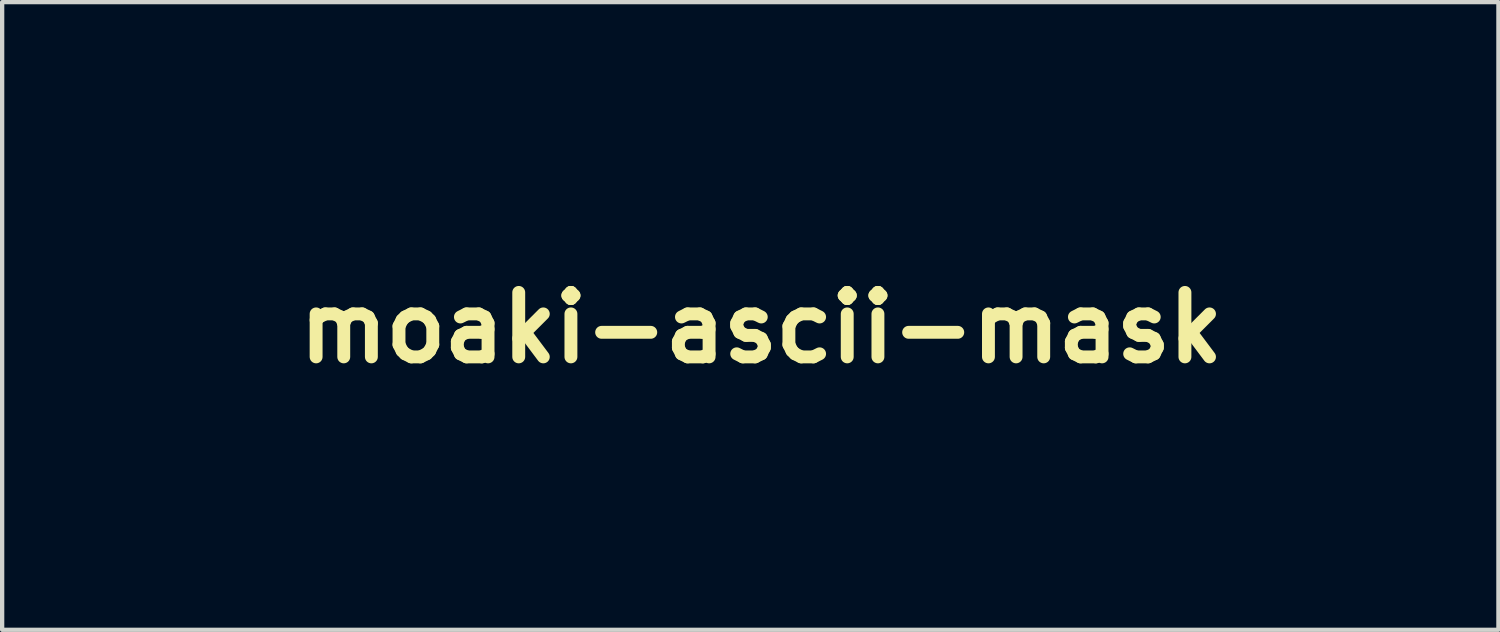
<source format=kicad_pcb>
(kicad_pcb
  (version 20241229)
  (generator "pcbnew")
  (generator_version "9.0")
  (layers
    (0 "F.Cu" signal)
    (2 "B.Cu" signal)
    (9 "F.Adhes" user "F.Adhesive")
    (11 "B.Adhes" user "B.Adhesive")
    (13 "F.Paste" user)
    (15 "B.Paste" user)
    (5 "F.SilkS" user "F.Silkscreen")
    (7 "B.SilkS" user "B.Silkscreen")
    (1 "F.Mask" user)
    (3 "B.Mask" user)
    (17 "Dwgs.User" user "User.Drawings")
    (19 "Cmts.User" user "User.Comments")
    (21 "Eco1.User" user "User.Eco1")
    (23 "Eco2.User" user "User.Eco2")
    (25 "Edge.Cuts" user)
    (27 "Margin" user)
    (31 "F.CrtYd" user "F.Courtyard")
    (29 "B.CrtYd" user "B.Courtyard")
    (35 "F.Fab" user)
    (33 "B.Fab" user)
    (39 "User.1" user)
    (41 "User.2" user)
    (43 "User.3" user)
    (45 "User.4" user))
  (footprint "moaki-ascii-mask"
    (layer "F.Cu")
    (at 14.662 4.575)
    (property "Reference" "moaki-ascii-mask" (at 0 0 0) (layer "F.SilkS") (effects (font (size 1.5 1.5) (thickness 0.3))))
    (attr board_only exclude_from_pos_files exclude_from_bom)
    (fp_poly (pts (xy -13.099 -2.049) (xy -13.099 -1.56) (xy -13.88 -1.56) (xy -14.662 -1.56) (xy -14.651 -2.041) (xy -14.641 -2.522) (xy -13.87 -2.53) (xy -13.099 -2.538)) (stroke (width 0) (type solid)) (fill yes) (layer "F.Mask"))
    (fp_poly (pts (xy -13.099 -1.033) (xy -13.099 -0.544) (xy -13.88 -0.544) (xy -14.662 -0.544) (xy -14.651 -1.025) (xy -14.641 -1.506) (xy -13.87 -1.514) (xy -13.099 -1.522)) (stroke (width 0) (type solid)) (fill yes) (layer "F.Mask"))
    (fp_poly (pts (xy -13.099 -0.017) (xy -13.099 0.472) (xy -13.88 0.472) (xy -14.662 0.472) (xy -14.651 -0.009) (xy -14.641 -0.49) (xy -13.87 -0.498) (xy -13.099 -0.506)) (stroke (width 0) (type solid)) (fill yes) (layer "F.Mask"))
    (fp_poly (pts (xy -13.099 0.999) (xy -13.099 1.488) (xy -13.88 1.488) (xy -14.662 1.488) (xy -14.651 1.007) (xy -14.641 0.526) (xy -13.87 0.518) (xy -13.099 0.51)) (stroke (width 0) (type solid)) (fill yes) (layer "F.Mask"))
    (fp_poly (pts (xy -13.099 2.015) (xy -13.099 2.504) (xy -13.88 2.504) (xy -14.662 2.504) (xy -14.651 2.023) (xy -14.641 1.542) (xy -13.87 1.534) (xy -13.099 1.526)) (stroke (width 0) (type solid)) (fill yes) (layer "F.Mask"))
    (fp_poly (pts (xy -11.031 -2.05) (xy -11.031 -1.56) (xy -11.285 -1.56) (xy -11.539 -1.56) (xy -11.539 -2.05) (xy -11.539 -2.54) (xy -11.285 -2.54) (xy -11.031 -2.54)) (stroke (width 0) (type solid)) (fill yes) (layer "F.Mask"))
    (fp_poly (pts (xy -11.031 -1.034) (xy -11.031 -0.544) (xy -11.285 -0.544) (xy -11.539 -0.544) (xy -11.539 -1.034) (xy -11.539 -1.524) (xy -11.285 -1.524) (xy -11.031 -1.524)) (stroke (width 0) (type solid)) (fill yes) (layer "F.Mask"))
    (fp_poly (pts (xy -11.031 -0.018) (xy -11.031 0.472) (xy -11.285 0.472) (xy -11.539 0.472) (xy -11.539 -0.018) (xy -11.539 -0.508) (xy -11.285 -0.508) (xy -11.031 -0.508)) (stroke (width 0) (type solid)) (fill yes) (layer "F.Mask"))
    (fp_poly (pts (xy -11.031 0.998) (xy -11.031 1.488) (xy -11.285 1.488) (xy -11.539 1.488) (xy -11.539 0.998) (xy -11.539 0.508) (xy -11.285 0.508) (xy -11.031 0.508)) (stroke (width 0) (type solid)) (fill yes) (layer "F.Mask"))
    (fp_poly (pts (xy -11.031 2.014) (xy -11.031 2.504) (xy -11.285 2.504) (xy -11.539 2.504) (xy -11.539 2.014) (xy -11.539 1.524) (xy -11.285 1.524) (xy -11.031 1.524)) (stroke (width 0) (type solid)) (fill yes) (layer "F.Mask"))
    (fp_poly (pts (xy -11.031 3.066) (xy -11.031 3.556) (xy -11.285 3.556) (xy -11.539 3.556) (xy -11.539 3.066) (xy -11.539 2.576) (xy -11.285 2.576) (xy -11.031 2.576)) (stroke (width 0) (type solid)) (fill yes) (layer "F.Mask"))
    (fp_poly (pts (xy -9.979 -2.05) (xy -9.979 -1.56) (xy -10.487 -1.56) (xy -10.995 -1.56) (xy -10.995 -2.05) (xy -10.995 -2.54) (xy -10.487 -2.54) (xy -9.979 -2.54)) (stroke (width 0) (type solid)) (fill yes) (layer "F.Mask"))
    (fp_poly (pts (xy -9.979 -1.034) (xy -9.979 -0.544) (xy -10.487 -0.544) (xy -10.995 -0.544) (xy -10.995 -1.034) (xy -10.995 -1.524) (xy -10.487 -1.524) (xy -9.979 -1.524)) (stroke (width 0) (type solid)) (fill yes) (layer "F.Mask"))
    (fp_poly (pts (xy -9.979 -0.018) (xy -9.979 0.472) (xy -10.487 0.472) (xy -10.995 0.472) (xy -10.995 -0.018) (xy -10.995 -0.508) (xy -10.487 -0.508) (xy -9.979 -0.508)) (stroke (width 0) (type solid)) (fill yes) (layer "F.Mask"))
    (fp_poly (pts (xy -9.979 0.998) (xy -9.979 1.488) (xy -10.487 1.488) (xy -10.995 1.488) (xy -10.995 0.998) (xy -10.995 0.508) (xy -10.487 0.508) (xy -9.979 0.508)) (stroke (width 0) (type solid)) (fill yes) (layer "F.Mask"))
    (fp_poly (pts (xy -9.979 2.014) (xy -9.979 2.504) (xy -10.487 2.504) (xy -10.995 2.504) (xy -10.995 2.014) (xy -10.995 1.524) (xy -10.487 1.524) (xy -9.979 1.524)) (stroke (width 0) (type solid)) (fill yes) (layer "F.Mask"))
    (fp_poly (pts (xy -9.979 3.066) (xy -9.979 3.556) (xy -10.487 3.556) (xy -10.995 3.556) (xy -10.995 3.066) (xy -10.995 2.576) (xy -10.487 2.576) (xy -9.979 2.576)) (stroke (width 0) (type solid)) (fill yes) (layer "F.Mask"))
    (fp_poly (pts (xy -7.647 -2.532) (xy -6.876 -2.522) (xy -6.866 -2.041) (xy -6.856 -1.56) (xy -7.637 -1.56) (xy -8.418 -1.56) (xy -8.418 -2.051) (xy -8.418 -2.541)) (stroke (width 0) (type solid)) (fill yes) (layer "F.Mask"))
    (fp_poly (pts (xy -7.647 -1.516) (xy -6.876 -1.506) (xy -6.866 -1.025) (xy -6.856 -0.544) (xy -7.637 -0.544) (xy -8.418 -0.544) (xy -8.418 -1.035) (xy -8.418 -1.525)) (stroke (width 0) (type solid)) (fill yes) (layer "F.Mask"))
    (fp_poly (pts (xy -7.647 -0.5) (xy -6.876 -0.49) (xy -6.866 -0.009) (xy -6.856 0.472) (xy -7.637 0.472) (xy -8.418 0.472) (xy -8.418 -0.019) (xy -8.418 -0.509)) (stroke (width 0) (type solid)) (fill yes) (layer "F.Mask"))
    (fp_poly (pts (xy -7.647 0.516) (xy -6.876 0.526) (xy -6.866 1.007) (xy -6.856 1.488) (xy -7.637 1.488) (xy -8.418 1.488) (xy -8.418 0.997) (xy -8.418 0.507)) (stroke (width 0) (type solid)) (fill yes) (layer "F.Mask"))
    (fp_poly (pts (xy -7.647 1.532) (xy -6.876 1.542) (xy -6.866 2.023) (xy -6.856 2.504) (xy -7.637 2.504) (xy -8.418 2.504) (xy -8.418 2.013) (xy -8.418 1.523)) (stroke (width 0) (type solid)) (fill yes) (layer "F.Mask"))
    (fp_poly (pts (xy -5.842 -3.066) (xy -5.842 -2.576) (xy -6.096 -2.576) (xy -6.35 -2.576) (xy -6.35 -3.066) (xy -6.35 -3.556) (xy -6.096 -3.556) (xy -5.842 -3.556)) (stroke (width 0) (type solid)) (fill yes) (layer "F.Mask"))
    (fp_poly (pts (xy -5.842 -2.05) (xy -5.842 -1.56) (xy -6.096 -1.56) (xy -6.35 -1.56) (xy -6.35 -2.05) (xy -6.35 -2.54) (xy -6.096 -2.54) (xy -5.842 -2.54)) (stroke (width 0) (type solid)) (fill yes) (layer "F.Mask"))
    (fp_poly (pts (xy -5.842 -1.034) (xy -5.842 -0.544) (xy -6.096 -0.544) (xy -6.35 -0.544) (xy -6.35 -1.034) (xy -6.35 -1.524) (xy -6.096 -1.524) (xy -5.842 -1.524)) (stroke (width 0) (type solid)) (fill yes) (layer "F.Mask"))
    (fp_poly (pts (xy -5.842 -0.018) (xy -5.842 0.472) (xy -6.096 0.472) (xy -6.35 0.472) (xy -6.35 -0.018) (xy -6.35 -0.508) (xy -6.096 -0.508) (xy -5.842 -0.508)) (stroke (width 0) (type solid)) (fill yes) (layer "F.Mask"))
    (fp_poly (pts (xy -5.842 0.998) (xy -5.842 1.488) (xy -6.096 1.488) (xy -6.35 1.488) (xy -6.35 0.998) (xy -6.35 0.508) (xy -6.096 0.508) (xy -5.842 0.508)) (stroke (width 0) (type solid)) (fill yes) (layer "F.Mask"))
    (fp_poly (pts (xy -5.842 2.014) (xy -5.842 2.504) (xy -6.096 2.504) (xy -6.35 2.504) (xy -6.35 2.014) (xy -6.35 1.524) (xy -6.096 1.524) (xy -5.842 1.524)) (stroke (width 0) (type solid)) (fill yes) (layer "F.Mask"))
    (fp_poly (pts (xy -4.79 -3.066) (xy -4.79 -2.576) (xy -5.298 -2.576) (xy -5.806 -2.576) (xy -5.806 -3.066) (xy -5.806 -3.556) (xy -5.298 -3.556) (xy -4.79 -3.556)) (stroke (width 0) (type solid)) (fill yes) (layer "F.Mask"))
    (fp_poly (pts (xy -4.79 -2.05) (xy -4.79 -1.56) (xy -5.298 -1.56) (xy -5.806 -1.56) (xy -5.806 -2.05) (xy -5.806 -2.54) (xy -5.298 -2.54) (xy -4.79 -2.54)) (stroke (width 0) (type solid)) (fill yes) (layer "F.Mask"))
    (fp_poly (pts (xy -4.79 -1.034) (xy -4.79 -0.544) (xy -5.298 -0.544) (xy -5.806 -0.544) (xy -5.806 -1.034) (xy -5.806 -1.524) (xy -5.298 -1.524) (xy -4.79 -1.524)) (stroke (width 0) (type solid)) (fill yes) (layer "F.Mask"))
    (fp_poly (pts (xy -4.79 -0.018) (xy -4.79 0.472) (xy -5.298 0.472) (xy -5.806 0.472) (xy -5.806 -0.018) (xy -5.806 -0.508) (xy -5.298 -0.508) (xy -4.79 -0.508)) (stroke (width 0) (type solid)) (fill yes) (layer "F.Mask"))
    (fp_poly (pts (xy -4.79 0.998) (xy -4.79 1.488) (xy -5.298 1.488) (xy -5.806 1.488) (xy -5.806 0.998) (xy -5.806 0.508) (xy -5.298 0.508) (xy -4.79 0.508)) (stroke (width 0) (type solid)) (fill yes) (layer "F.Mask"))
    (fp_poly (pts (xy -4.79 2.014) (xy -4.79 2.504) (xy -5.298 2.504) (xy -5.806 2.504) (xy -5.806 2.014) (xy -5.806 1.524) (xy -5.298 1.524) (xy -4.79 1.524)) (stroke (width 0) (type solid)) (fill yes) (layer "F.Mask"))
    (fp_poly (pts (xy -1.161 -3.067) (xy -1.161 -2.576) (xy -1.942 -2.576) (xy -2.724 -2.576) (xy -2.713 -3.057) (xy -2.703 -3.538) (xy -1.932 -3.548) (xy -1.161 -3.557)) (stroke (width 0) (type solid)) (fill yes) (layer "F.Mask"))
    (fp_poly (pts (xy -1.161 -2.051) (xy -1.161 -1.56) (xy -1.942 -1.56) (xy -2.724 -1.56) (xy -2.713 -2.041) (xy -2.703 -2.522) (xy -1.932 -2.532) (xy -1.161 -2.541)) (stroke (width 0) (type solid)) (fill yes) (layer "F.Mask"))
    (fp_poly (pts (xy -1.161 -1.035) (xy -1.161 -0.544) (xy -1.942 -0.544) (xy -2.724 -0.544) (xy -2.713 -1.025) (xy -2.703 -1.506) (xy -1.932 -1.516) (xy -1.161 -1.525)) (stroke (width 0) (type solid)) (fill yes) (layer "F.Mask"))
    (fp_poly (pts (xy -1.161 -0.019) (xy -1.161 0.472) (xy -1.942 0.472) (xy -2.724 0.472) (xy -2.713 -0.009) (xy -2.703 -0.49) (xy -1.932 -0.5) (xy -1.161 -0.509)) (stroke (width 0) (type solid)) (fill yes) (layer "F.Mask"))
    (fp_poly (pts (xy -1.161 0.997) (xy -1.161 1.488) (xy -1.942 1.488) (xy -2.724 1.488) (xy -2.713 1.007) (xy -2.703 0.526) (xy -1.932 0.516) (xy -1.161 0.507)) (stroke (width 0) (type solid)) (fill yes) (layer "F.Mask"))
    (fp_poly (pts (xy -1.161 2.013) (xy -1.161 2.504) (xy -1.942 2.504) (xy -2.724 2.504) (xy -2.713 2.023) (xy -2.703 1.542) (xy -1.932 1.532) (xy -1.161 1.523)) (stroke (width 0) (type solid)) (fill yes) (layer "F.Mask"))
    (fp_poly (pts (xy 1.17 -3.548) (xy 1.941 -3.538) (xy 1.951 -3.057) (xy 1.962 -2.576) (xy 1.18 -2.576) (xy 0.399 -2.576) (xy 0.399 -3.067) (xy 0.399 -3.557)) (stroke (width 0) (type solid)) (fill yes) (layer "F.Mask"))
    (fp_poly (pts (xy 1.17 -2.532) (xy 1.941 -2.522) (xy 1.951 -2.041) (xy 1.962 -1.56) (xy 1.18 -1.56) (xy 0.399 -1.56) (xy 0.399 -2.051) (xy 0.399 -2.541)) (stroke (width 0) (type solid)) (fill yes) (layer "F.Mask"))
    (fp_poly (pts (xy 1.17 -1.516) (xy 1.941 -1.506) (xy 1.951 -1.025) (xy 1.962 -0.544) (xy 1.18 -0.544) (xy 0.399 -0.544) (xy 0.399 -1.035) (xy 0.399 -1.525)) (stroke (width 0) (type solid)) (fill yes) (layer "F.Mask"))
    (fp_poly (pts (xy 1.17 0.516) (xy 1.941 0.526) (xy 1.951 1.007) (xy 1.962 1.488) (xy 1.18 1.488) (xy 0.399 1.488) (xy 0.399 0.997) (xy 0.399 0.507)) (stroke (width 0) (type solid)) (fill yes) (layer "F.Mask"))
    (fp_poly (pts (xy 1.17 1.532) (xy 1.941 1.542) (xy 1.951 2.023) (xy 1.962 2.504) (xy 1.18 2.504) (xy 0.399 2.504) (xy 0.399 2.013) (xy 0.399 1.523)) (stroke (width 0) (type solid)) (fill yes) (layer "F.Mask"))
    (fp_poly (pts (xy 1.17 2.585) (xy 1.941 2.594) (xy 1.951 3.075) (xy 1.962 3.556) (xy 1.18 3.556) (xy 0.399 3.556) (xy 0.399 3.065) (xy 0.399 2.575)) (stroke (width 0) (type solid)) (fill yes) (layer "F.Mask"))
    (fp_poly (pts (xy 4.536 -3.066) (xy 4.536 -2.576) (xy 4.282 -2.576) (xy 4.028 -2.576) (xy 4.028 -3.066) (xy 4.028 -3.556) (xy 4.282 -3.556) (xy 4.536 -3.556)) (stroke (width 0) (type solid)) (fill yes) (layer "F.Mask"))
    (fp_poly (pts (xy 4.536 -2.05) (xy 4.536 -1.56) (xy 4.282 -1.56) (xy 4.028 -1.56) (xy 4.028 -2.05) (xy 4.028 -2.54) (xy 4.282 -2.54) (xy 4.536 -2.54)) (stroke (width 0) (type solid)) (fill yes) (layer "F.Mask"))
    (fp_poly (pts (xy 4.536 -1.034) (xy 4.536 -0.544) (xy 4.282 -0.544) (xy 4.028 -0.544) (xy 4.028 -1.034) (xy 4.028 -1.524) (xy 4.282 -1.524) (xy 4.536 -1.524)) (stroke (width 0) (type solid)) (fill yes) (layer "F.Mask"))
    (fp_poly (pts (xy 4.536 0.998) (xy 4.536 1.488) (xy 4.282 1.488) (xy 4.028 1.488) (xy 4.028 0.998) (xy 4.028 0.508) (xy 4.282 0.508) (xy 4.536 0.508)) (stroke (width 0) (type solid)) (fill yes) (layer "F.Mask"))
    (fp_poly (pts (xy 4.536 2.014) (xy 4.536 2.504) (xy 4.282 2.504) (xy 4.028 2.504) (xy 4.028 2.014) (xy 4.028 1.524) (xy 4.282 1.524) (xy 4.536 1.524)) (stroke (width 0) (type solid)) (fill yes) (layer "F.Mask"))
    (fp_poly (pts (xy 4.536 3.066) (xy 4.536 3.556) (xy 4.282 3.556) (xy 4.028 3.556) (xy 4.028 3.066) (xy 4.028 2.576) (xy 4.282 2.576) (xy 4.536 2.576)) (stroke (width 0) (type solid)) (fill yes) (layer "F.Mask"))
    (fp_poly (pts (xy 5.08 2.794) (xy 5.08 3.012) (xy 4.826 3.012) (xy 4.572 3.012) (xy 4.572 2.794) (xy 4.572 2.576) (xy 4.826 2.576) (xy 5.08 2.576)) (stroke (width 0) (type solid)) (fill yes) (layer "F.Mask"))
    (fp_poly (pts (xy 5.588 -4.082) (xy 5.588 -3.592) (xy 5.08 -3.592) (xy 4.572 -3.592) (xy 4.572 -4.082) (xy 4.572 -4.572) (xy 5.08 -4.572) (xy 5.588 -4.572)) (stroke (width 0) (type solid)) (fill yes) (layer "F.Mask"))
    (fp_poly (pts (xy 5.588 -3.066) (xy 5.588 -2.576) (xy 5.08 -2.576) (xy 4.572 -2.576) (xy 4.572 -3.066) (xy 4.572 -3.556) (xy 5.08 -3.556) (xy 5.588 -3.556)) (stroke (width 0) (type solid)) (fill yes) (layer "F.Mask"))
    (fp_poly (pts (xy 5.588 -2.05) (xy 5.588 -1.56) (xy 5.08 -1.56) (xy 4.572 -1.56) (xy 4.572 -2.05) (xy 4.572 -2.54) (xy 5.08 -2.54) (xy 5.588 -2.54)) (stroke (width 0) (type solid)) (fill yes) (layer "F.Mask"))
    (fp_poly (pts (xy 5.588 -1.034) (xy 5.588 -0.544) (xy 5.08 -0.544) (xy 4.572 -0.544) (xy 4.572 -1.034) (xy 4.572 -1.524) (xy 5.08 -1.524) (xy 5.588 -1.524)) (stroke (width 0) (type solid)) (fill yes) (layer "F.Mask"))
    (fp_poly (pts (xy 5.588 -0.018) (xy 5.588 0.472) (xy 5.08 0.472) (xy 4.572 0.472) (xy 4.572 -0.018) (xy 4.572 -0.508) (xy 5.08 -0.508) (xy 5.588 -0.508)) (stroke (width 0) (type solid)) (fill yes) (layer "F.Mask"))
    (fp_poly (pts (xy 5.588 0.998) (xy 5.588 1.488) (xy 5.08 1.488) (xy 4.572 1.488) (xy 4.572 0.998) (xy 4.572 0.508) (xy 5.08 0.508) (xy 5.588 0.508)) (stroke (width 0) (type solid)) (fill yes) (layer "F.Mask"))
    (fp_poly (pts (xy 5.588 2.014) (xy 5.588 2.504) (xy 5.08 2.504) (xy 4.572 2.504) (xy 4.572 2.014) (xy 4.572 1.524) (xy 5.08 1.524) (xy 5.588 1.524)) (stroke (width 0) (type solid)) (fill yes) (layer "F.Mask"))
    (fp_poly (pts (xy 7.656 3.81) (xy 7.656 4.028) (xy 7.402 4.028) (xy 7.148 4.028) (xy 7.148 3.81) (xy 7.148 3.592) (xy 7.402 3.592) (xy 7.656 3.592)) (stroke (width 0) (type solid)) (fill yes) (layer "F.Mask"))
    (fp_poly (pts (xy 7.919 -3.548) (xy 8.69 -3.538) (xy 8.701 -3.057) (xy 8.711 -2.576) (xy 7.929 -2.576) (xy 7.148 -2.576) (xy 7.148 -3.067) (xy 7.148 -3.557)) (stroke (width 0) (type solid)) (fill yes) (layer "F.Mask"))
    (fp_poly (pts (xy 7.919 -2.532) (xy 8.69 -2.522) (xy 8.701 -2.041) (xy 8.711 -1.56) (xy 7.929 -1.56) (xy 7.148 -1.56) (xy 7.148 -2.051) (xy 7.148 -2.541)) (stroke (width 0) (type solid)) (fill yes) (layer "F.Mask"))
    (fp_poly (pts (xy 7.919 0.516) (xy 8.69 0.526) (xy 8.701 1.007) (xy 8.711 1.488) (xy 7.929 1.488) (xy 7.148 1.488) (xy 7.148 0.997) (xy 7.148 0.507)) (stroke (width 0) (type solid)) (fill yes) (layer "F.Mask"))
    (fp_poly (pts (xy 7.919 1.532) (xy 8.69 1.542) (xy 8.701 2.023) (xy 8.711 2.504) (xy 7.929 2.504) (xy 7.148 2.504) (xy 7.148 2.013) (xy 7.148 1.523)) (stroke (width 0) (type solid)) (fill yes) (layer "F.Mask"))
    (fp_poly (pts (xy 7.919 2.585) (xy 8.69 2.594) (xy 8.701 3.075) (xy 8.711 3.556) (xy 7.929 3.556) (xy 7.148 3.556) (xy 7.148 3.065) (xy 7.148 2.575)) (stroke (width 0) (type solid)) (fill yes) (layer "F.Mask"))
    (fp_poly (pts (xy 9.725 -2.83) (xy 9.725 -2.576) (xy 9.471 -2.576) (xy 9.217 -2.576) (xy 9.217 -2.83) (xy 9.217 -3.084) (xy 9.471 -3.084) (xy 9.725 -3.084)) (stroke (width 0) (type solid)) (fill yes) (layer "F.Mask"))
    (fp_poly (pts (xy 9.725 -2.05) (xy 9.725 -1.56) (xy 9.344 -1.56) (xy 8.963 -1.56) (xy 8.963 -2.05) (xy 8.963 -2.54) (xy 9.344 -2.54) (xy 9.725 -2.54)) (stroke (width 0) (type solid)) (fill yes) (layer "F.Mask"))
    (fp_poly (pts (xy 9.725 0.998) (xy 9.725 1.488) (xy 9.344 1.488) (xy 8.963 1.488) (xy 8.963 0.998) (xy 8.963 0.508) (xy 9.344 0.508) (xy 9.725 0.508)) (stroke (width 0) (type solid)) (fill yes) (layer "F.Mask"))
    (fp_poly (pts (xy 9.725 1.742) (xy 9.725 1.959) (xy 9.471 1.959) (xy 9.217 1.959) (xy 9.217 1.742) (xy 9.217 1.524) (xy 9.471 1.524) (xy 9.725 1.524)) (stroke (width 0) (type solid)) (fill yes) (layer "F.Mask"))
    (fp_poly (pts (xy 10.269 -1.306) (xy 10.269 -1.089) (xy 10.015 -1.089) (xy 9.761 -1.089) (xy 9.761 -1.306) (xy 9.761 -1.524) (xy 10.015 -1.524) (xy 10.269 -1.524)) (stroke (width 0) (type solid)) (fill yes) (layer "F.Mask"))
    (fp_poly (pts (xy 10.269 0.218) (xy 10.269 0.472) (xy 10.015 0.472) (xy 9.761 0.472) (xy 9.761 0.218) (xy 9.761 -0.036) (xy 10.015 -0.036) (xy 10.269 -0.036)) (stroke (width 0) (type solid)) (fill yes) (layer "F.Mask"))
    (fp_poly (pts (xy 13.108 -3.548) (xy 13.879 -3.538) (xy 13.889 -3.057) (xy 13.9 -2.576) (xy 13.118 -2.576) (xy 12.337 -2.576) (xy 12.337 -3.067) (xy 12.337 -3.557)) (stroke (width 0) (type solid)) (fill yes) (layer "F.Mask"))
    (fp_poly (pts (xy 13.108 0.516) (xy 13.879 0.526) (xy 13.889 1.007) (xy 13.9 1.488) (xy 13.118 1.488) (xy 12.337 1.488) (xy 12.337 0.997) (xy 12.337 0.507)) (stroke (width 0) (type solid)) (fill yes) (layer "F.Mask"))
    (fp_poly (pts (xy 13.108 1.532) (xy 13.879 1.542) (xy 13.889 2.023) (xy 13.9 2.504) (xy 13.118 2.504) (xy 12.337 2.504) (xy 12.337 2.013) (xy 12.337 1.523)) (stroke (width 0) (type solid)) (fill yes) (layer "F.Mask"))
    (fp_poly (pts (xy 13.244 -2.539) (xy 14.151 -2.538) (xy 14.151 -2.049) (xy 14.151 -1.56) (xy 13.244 -1.56) (xy 12.337 -1.56) (xy 12.337 -2.05) (xy 12.337 -2.539)) (stroke (width 0) (type solid)) (fill yes) (layer "F.Mask"))
    (fp_poly (pts (xy 13.244 -1.523) (xy 14.151 -1.522) (xy 14.151 -1.033) (xy 14.151 -0.544) (xy 13.244 -0.544) (xy 12.337 -0.544) (xy 12.337 -1.034) (xy 12.337 -1.523)) (stroke (width 0) (type solid)) (fill yes) (layer "F.Mask"))
    (fp_poly (pts (xy 13.244 -0.507) (xy 14.151 -0.506) (xy 14.151 -0.017) (xy 14.151 0.472) (xy 13.244 0.472) (xy 12.337 0.472) (xy 12.337 -0.018) (xy 12.337 -0.507)) (stroke (width 0) (type solid)) (fill yes) (layer "F.Mask"))
    (fp_poly (pts (xy -13.099 3.066) (xy -13.099 3.556) (xy -13.353 3.556) (xy -13.607 3.556) (xy -13.607 3.284) (xy -13.607 3.012) (xy -13.861 3.012) (xy -14.115 3.012) (xy -14.115 2.794) (xy -14.115 2.576) (xy -13.607 2.576) (xy -13.099 2.576)) (stroke (width 0) (type solid)) (fill yes) (layer "F.Mask"))
    (fp_poly (pts (xy -11.031 -4.082) (xy -11.031 -3.592) (xy -12.319 -3.592) (xy -13.607 -3.592) (xy -13.607 -3.846) (xy -13.607 -4.1) (xy -12.573 -4.1) (xy -11.539 -4.1) (xy -11.539 -4.336) (xy -11.539 -4.572) (xy -11.285 -4.572) (xy -11.031 -4.572)) (stroke (width 0) (type solid)) (fill yes) (layer "F.Mask"))
    (fp_poly (pts (xy -9.979 -4.336) (xy -9.979 -4.1) (xy -8.944 -4.1) (xy -7.91 -4.1) (xy -7.91 -3.846) (xy -7.91 -3.592) (xy -9.452 -3.592) (xy -10.995 -3.592) (xy -10.995 -4.082) (xy -10.995 -4.572) (xy -10.487 -4.572) (xy -9.979 -4.572)) (stroke (width 0) (type solid)) (fill yes) (layer "F.Mask"))
    (fp_poly (pts (xy -7.402 2.794) (xy -7.402 3.012) (xy -7.656 3.012) (xy -7.91 3.012) (xy -7.91 3.284) (xy -7.91 3.556) (xy -8.164 3.556) (xy -8.418 3.556) (xy -8.418 3.066) (xy -8.418 2.576) (xy -7.91 2.576) (xy -7.402 2.576)) (stroke (width 0) (type solid)) (fill yes) (layer "F.Mask"))
    (fp_poly (pts (xy 1.959 -0.507) (xy 4.536 -0.506) (xy 4.536 -0.017) (xy 4.536 0.472) (xy 2.213 0.472) (xy -0.109 0.472) (xy -0.109 0.2) (xy -0.109 -0.073) (xy -0.363 -0.073) (xy -0.617 -0.073) (xy -0.617 -0.29) (xy -0.617 -0.507)) (stroke (width 0) (type solid)) (fill yes) (layer "F.Mask"))
    (fp_poly (pts (xy 4.536 -4.082) (xy 4.536 -3.592) (xy 2.721 -3.592) (xy 0.907 -3.592) (xy 0.907 -3.846) (xy 0.907 -4.1) (xy 1.179 -4.1) (xy 1.451 -4.1) (xy 1.451 -4.335) (xy 1.451 -4.569) (xy 2.994 -4.57) (xy 4.536 -4.572)) (stroke (width 0) (type solid)) (fill yes) (layer "F.Mask"))
    (fp_poly (pts (xy 8.445 -4.565) (xy 8.69 -4.554) (xy 8.701 -4.073) (xy 8.711 -3.592) (xy 8.183 -3.592) (xy 7.656 -3.592) (xy 7.656 -3.846) (xy 7.656 -4.1) (xy 7.928 -4.1) (xy 8.201 -4.1) (xy 8.201 -4.338) (xy 8.201 -4.575)) (stroke (width 0) (type solid)) (fill yes) (layer "F.Mask"))
    (fp_poly (pts (xy 9.725 -1.034) (xy 9.725 -0.544) (xy 8.182 -0.544) (xy 6.64 -0.544) (xy 6.64 -0.798) (xy 6.64 -1.052) (xy 6.894 -1.052) (xy 7.148 -1.052) (xy 7.148 -1.287) (xy 7.148 -1.522) (xy 8.436 -1.523) (xy 9.725 -1.524)) (stroke (width 0) (type solid)) (fill yes) (layer "F.Mask"))
    (fp_poly (pts (xy 9.725 -0.018) (xy 9.725 0.472) (xy 8.436 0.472) (xy 7.148 0.472) (xy 7.148 0.2) (xy 7.148 -0.073) (xy 6.62 -0.073) (xy 6.092 -0.073) (xy 6.103 -0.281) (xy 6.114 -0.49) (xy 7.919 -0.499) (xy 9.725 -0.508)) (stroke (width 0) (type solid)) (fill yes) (layer "F.Mask"))
    (fp_poly (pts (xy 10.006 0.515) (xy 10.251 0.526) (xy 10.262 0.753) (xy 10.272 0.98) (xy 10.525 0.98) (xy 10.777 0.98) (xy 10.777 1.234) (xy 10.777 1.488) (xy 10.269 1.488) (xy 9.761 1.488) (xy 9.761 0.996) (xy 9.761 0.505)) (stroke (width 0) (type solid)) (fill yes) (layer "F.Mask"))
    (fp_poly (pts (xy 10.777 -2.322) (xy 10.777 -2.105) (xy 10.523 -2.105) (xy 10.269 -2.105) (xy 10.269 -1.832) (xy 10.269 -1.56) (xy 10.015 -1.56) (xy 9.761 -1.56) (xy 9.761 -2.05) (xy 9.761 -2.54) (xy 10.269 -2.54) (xy 10.777 -2.54)) (stroke (width 0) (type solid)) (fill yes) (layer "F.Mask"))
    (fp_poly (pts (xy 11.285 1.76) (xy 11.285 1.996) (xy 11.539 1.996) (xy 11.793 1.996) (xy 11.793 2.25) (xy 11.793 2.504) (xy 10.777 2.504) (xy 9.761 2.504) (xy 9.761 2.014) (xy 9.761 1.524) (xy 10.523 1.524) (xy 11.285 1.524)) (stroke (width 0) (type solid)) (fill yes) (layer "F.Mask"))
    (fp_poly (pts (xy 11.793 -3.338) (xy 11.793 -3.121) (xy 11.539 -3.121) (xy 11.285 -3.121) (xy 11.285 -2.848) (xy 11.285 -2.576) (xy 10.523 -2.576) (xy 9.761 -2.576) (xy 9.761 -3.066) (xy 9.761 -3.556) (xy 10.777 -3.556) (xy 11.793 -3.556)) (stroke (width 0) (type solid)) (fill yes) (layer "F.Mask"))
    (fp_poly (pts (xy 13.353 2.794) (xy 13.353 3.012) (xy 13.099 3.012) (xy 12.845 3.012) (xy 12.845 3.284) (xy 12.845 3.556) (xy 12.591 3.556) (xy 12.337 3.556) (xy 12.337 3.066) (xy 12.337 2.576) (xy 12.845 2.576) (xy 13.353 2.576)) (stroke (width 0) (type solid)) (fill yes) (layer "F.Mask"))
    (fp_poly (pts (xy 13.634 -4.565) (xy 13.879 -4.554) (xy 13.889 -4.073) (xy 13.9 -3.592) (xy 13.372 -3.592) (xy 12.845 -3.592) (xy 12.845 -3.846) (xy 12.845 -4.1) (xy 13.117 -4.1) (xy 13.389 -4.1) (xy 13.389 -4.338) (xy 13.389 -4.575)) (stroke (width 0) (type solid)) (fill yes) (layer "F.Mask"))
    (fp_poly (pts (xy -3.756 -4.57) (xy -2.213 -4.57) (xy -2.213 -4.335) (xy -2.213 -4.1) (xy -1.941 -4.1) (xy -1.669 -4.1) (xy -1.669 -3.846) (xy -1.669 -3.592) (xy -3.737 -3.592) (xy -5.806 -3.592) (xy -5.806 -3.846) (xy -5.806 -4.1) (xy -5.552 -4.1) (xy -5.298 -4.1) (xy -5.298 -4.336) (xy -5.298 -4.571)) (stroke (width 0) (type solid)) (fill yes) (layer "F.Mask"))
    (fp_poly (pts (xy -3.737 2.578) (xy -1.669 2.578) (xy -1.669 2.795) (xy -1.669 3.012) (xy -1.941 3.012) (xy -2.213 3.012) (xy -2.213 3.284) (xy -2.213 3.556) (xy -3.756 3.556) (xy -5.298 3.556) (xy -5.298 3.284) (xy -5.298 3.012) (xy -5.552 3.012) (xy -5.806 3.012) (xy -5.806 2.794) (xy -5.806 2.577)) (stroke (width 0) (type solid)) (fill yes) (layer "F.Mask"))
    (fp_poly (pts (xy 11.285 -4.336) (xy 11.285 -4.1) (xy 11.539 -4.1) (xy 11.793 -4.1) (xy 11.793 -3.846) (xy 11.793 -3.592) (xy 11.031 -3.592) (xy 10.269 -3.592) (xy 10.269 -3.846) (xy 10.269 -4.1) (xy 10.523 -4.1) (xy 10.777 -4.1) (xy 10.777 -4.336) (xy 10.777 -4.572) (xy 11.031 -4.572) (xy 11.285 -4.572)) (stroke (width 0) (type solid)) (fill yes) (layer "F.Mask"))
    (fp_poly (pts (xy 11.793 2.794) (xy 11.793 3.012) (xy 11.539 3.012) (xy 11.285 3.012) (xy 11.285 3.284) (xy 11.285 3.556) (xy 11.031 3.556) (xy 10.777 3.556) (xy 10.777 3.284) (xy 10.777 3.012) (xy 10.523 3.012) (xy 10.269 3.012) (xy 10.269 2.794) (xy 10.269 2.576) (xy 11.031 2.576) (xy 11.793 2.576)) (stroke (width 0) (type solid)) (fill yes) (layer "F.Mask"))
    (fp_poly (pts (xy -11.031 -3.067) (xy -11.031 -2.576) (xy -11.285 -2.576) (xy -11.539 -2.576) (xy -11.539 -2.848) (xy -11.539 -3.121) (xy -12.319 -3.121) (xy -13.099 -3.121) (xy -13.099 -2.848) (xy -13.099 -2.576) (xy -13.879 -2.576) (xy -14.659 -2.576) (xy -14.659 -2.83) (xy -14.659 -3.084) (xy -14.387 -3.084) (xy -14.115 -3.084) (xy -14.115 -3.319) (xy -14.115 -3.554) (xy -12.573 -3.555) (xy -11.031 -3.557)) (stroke (width 0) (type solid)) (fill yes) (layer "F.Mask"))
    (fp_poly (pts (xy -7.402 -3.32) (xy -7.402 -3.084) (xy -7.13 -3.084) (xy -6.858 -3.084) (xy -6.858 -2.83) (xy -6.858 -2.576) (xy -7.638 -2.576) (xy -8.418 -2.576) (xy -8.418 -2.848) (xy -8.418 -3.121) (xy -9.198 -3.121) (xy -9.979 -3.121) (xy -9.979 -2.848) (xy -9.979 -2.576) (xy -10.487 -2.576) (xy -10.995 -2.576) (xy -10.995 -3.066) (xy -10.995 -3.556) (xy -9.198 -3.556) (xy -7.402 -3.556)) (stroke (width 0) (type solid)) (fill yes) (layer "F.Mask")))
  (gr_rect
    (start -3 -3)
    (end 31.813 11.603)
    (stroke (width 0.1) (type default))
    (fill no)
    (layer "Edge.Cuts")))
</source>
